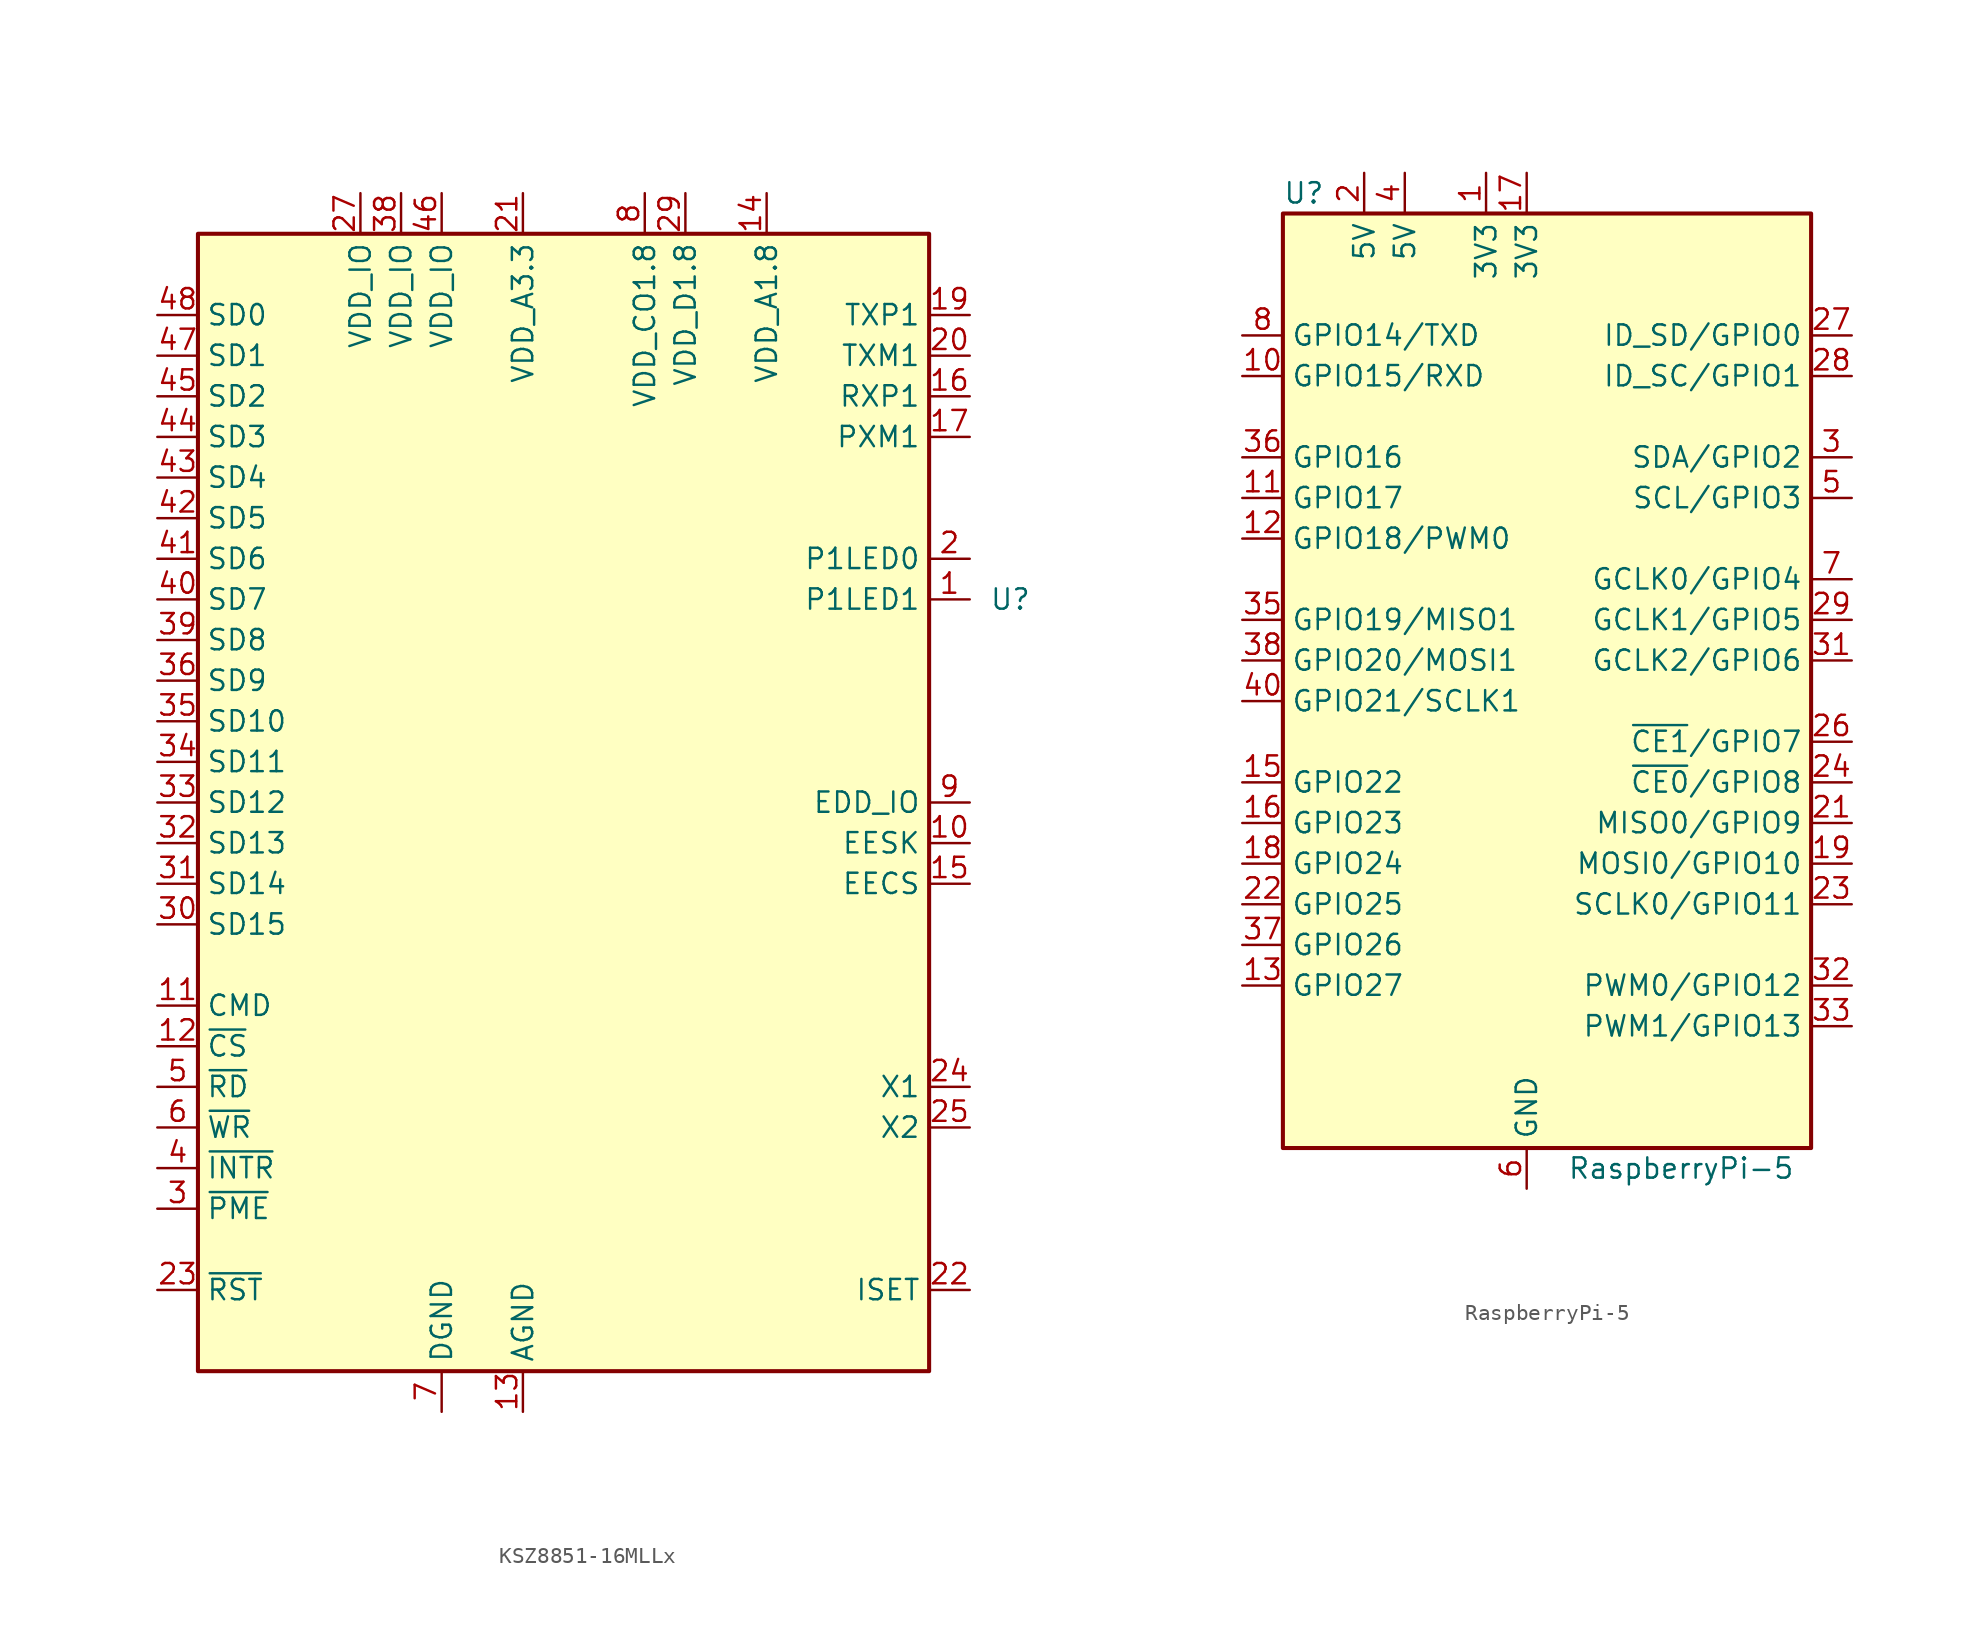
<source format=kicad_sym>
(kicad_symbol_lib
  (version 20231120)
  (generator "kicad_symbol_editor")
  (generator_version "8.0")
  (symbol "KSZ8851-16MLLx"
    (property "Reference" "U"
      (at 27.94 12.7 0)
      (effects (font (size 1.27 1.27))))
    (property "Value" ""
      (at 27.94 12.7 0)
      (effects (font (size 1.27 1.27))))
    (symbol "KSZ8851-16MLLx_1_0"
      (pin output line (at 25.4 12.7 180) (length 2.54) (name "P1LED1" (effects (font (size 1.27 1.27)))) (number "1" (effects (font (size 1.27 1.27)))))
      (pin output line (at 25.4 -2.54 180) (length 2.54) (name "EESK" (effects (font (size 1.27 1.27)))) (number "10" (effects (font (size 1.27 1.27)))))
      (pin input line (at -25.4 -12.7 0) (length 2.54) (name "CMD" (effects (font (size 1.27 1.27)))) (number "11" (effects (font (size 1.27 1.27)))))
      (pin input line (at -25.4 -15.24 0) (length 2.54) (name "~{CS}" (effects (font (size 1.27 1.27)))) (number "12" (effects (font (size 1.27 1.27)))))
      (pin power_in line (at -2.54 -38.1 90) (length 2.54) (name "AGND" (effects (font (size 1.27 1.27)))) (number "13" (effects (font (size 1.27 1.27)))))
      (pin power_in line (at 12.7 38.1 270) (length 2.54) (name "VDD_A1.8" (effects (font (size 1.27 1.27)))) (number "14" (effects (font (size 1.27 1.27)))))
      (pin output line (at 25.4 -5.08 180) (length 2.54) (name "EECS" (effects (font (size 1.27 1.27)))) (number "15" (effects (font (size 1.27 1.27)))))
      (pin bidirectional line (at 25.4 25.4 180) (length 2.54) (name "RXP1" (effects (font (size 1.27 1.27)))) (number "16" (effects (font (size 1.27 1.27)))))
      (pin bidirectional line (at 25.4 22.86 180) (length 2.54) (name "PXM1" (effects (font (size 1.27 1.27)))) (number "17" (effects (font (size 1.27 1.27)))))
      (pin passive line (at -2.54 -38.1 90) (length 2.54) hide (name "AGND" (effects (font (size 1.27 1.27)))) (number "18" (effects (font (size 1.27 1.27)))))
      (pin bidirectional line (at 25.4 30.48 180) (length 2.54) (name "TXP1" (effects (font (size 1.27 1.27)))) (number "19" (effects (font (size 1.27 1.27)))))
      (pin output line (at 25.4 15.24 180) (length 2.54) (name "P1LED0" (effects (font (size 1.27 1.27)))) (number "2" (effects (font (size 1.27 1.27)))))
      (pin bidirectional line (at 25.4 27.94 180) (length 2.54) (name "TXM1" (effects (font (size 1.27 1.27)))) (number "20" (effects (font (size 1.27 1.27)))))
      (pin power_in line (at -2.54 38.1 270) (length 2.54) (name "VDD_A3.3" (effects (font (size 1.27 1.27)))) (number "21" (effects (font (size 1.27 1.27)))))
      (pin output line (at 25.4 -30.48 180) (length 2.54) (name "ISET" (effects (font (size 1.27 1.27)))) (number "22" (effects (font (size 1.27 1.27)))))
      (pin input line (at -25.4 -30.48 0) (length 2.54) (name "~{RST}" (effects (font (size 1.27 1.27)))) (number "23" (effects (font (size 1.27 1.27)))))
      (pin input line (at 25.4 -17.78 180) (length 2.54) (name "X1" (effects (font (size 1.27 1.27)))) (number "24" (effects (font (size 1.27 1.27)))))
      (pin output line (at 25.4 -20.32 180) (length 2.54) (name "X2" (effects (font (size 1.27 1.27)))) (number "25" (effects (font (size 1.27 1.27)))))
      (pin passive line (at -7.62 -38.1 90) (length 2.54) hide (name "DGND" (effects (font (size 1.27 1.27)))) (number "26" (effects (font (size 1.27 1.27)))))
      (pin power_in line (at -12.7 38.1 270) (length 2.54) (name "VDD_IO" (effects (font (size 1.27 1.27)))) (number "27" (effects (font (size 1.27 1.27)))))
      (pin passive line (at -7.62 -38.1 90) (length 2.54) hide (name "DGND" (effects (font (size 1.27 1.27)))) (number "28" (effects (font (size 1.27 1.27)))))
      (pin power_in line (at 7.62 38.1 270) (length 2.54) (name "VDD_D1.8" (effects (font (size 1.27 1.27)))) (number "29" (effects (font (size 1.27 1.27)))))
      (pin output line (at -25.4 -25.4 0) (length 2.54) (name "~{PME}" (effects (font (size 1.27 1.27)))) (number "3" (effects (font (size 1.27 1.27)))))
      (pin bidirectional line (at -25.4 -7.62 0) (length 2.54) (name "SD15" (effects (font (size 1.27 1.27)))) (number "30" (effects (font (size 1.27 1.27)))))
      (pin bidirectional line (at -25.4 -5.08 0) (length 2.54) (name "SD14" (effects (font (size 1.27 1.27)))) (number "31" (effects (font (size 1.27 1.27)))))
      (pin bidirectional line (at -25.4 -2.54 0) (length 2.54) (name "SD13" (effects (font (size 1.27 1.27)))) (number "32" (effects (font (size 1.27 1.27)))))
      (pin bidirectional line (at -25.4 0 0) (length 2.54) (name "SD12" (effects (font (size 1.27 1.27)))) (number "33" (effects (font (size 1.27 1.27)))))
      (pin bidirectional line (at -25.4 2.54 0) (length 2.54) (name "SD11" (effects (font (size 1.27 1.27)))) (number "34" (effects (font (size 1.27 1.27)))))
      (pin bidirectional line (at -25.4 5.08 0) (length 2.54) (name "SD10" (effects (font (size 1.27 1.27)))) (number "35" (effects (font (size 1.27 1.27)))))
      (pin bidirectional line (at -25.4 7.62 0) (length 2.54) (name "SD9" (effects (font (size 1.27 1.27)))) (number "36" (effects (font (size 1.27 1.27)))))
      (pin passive line (at -7.62 -38.1 90) (length 2.54) hide (name "DGND" (effects (font (size 1.27 1.27)))) (number "37" (effects (font (size 1.27 1.27)))))
      (pin power_in line (at -10.16 38.1 270) (length 2.54) (name "VDD_IO" (effects (font (size 1.27 1.27)))) (number "38" (effects (font (size 1.27 1.27)))))
      (pin bidirectional line (at -25.4 10.16 0) (length 2.54) (name "SD8" (effects (font (size 1.27 1.27)))) (number "39" (effects (font (size 1.27 1.27)))))
      (pin output line (at -25.4 -22.86 0) (length 2.54) (name "~{INTR}" (effects (font (size 1.27 1.27)))) (number "4" (effects (font (size 1.27 1.27)))))
      (pin bidirectional line (at -25.4 12.7 0) (length 2.54) (name "SD7" (effects (font (size 1.27 1.27)))) (number "40" (effects (font (size 1.27 1.27)))))
      (pin bidirectional line (at -25.4 15.24 0) (length 2.54) (name "SD6" (effects (font (size 1.27 1.27)))) (number "41" (effects (font (size 1.27 1.27)))))
      (pin bidirectional line (at -25.4 17.78 0) (length 2.54) (name "SD5" (effects (font (size 1.27 1.27)))) (number "42" (effects (font (size 1.27 1.27)))))
      (pin bidirectional line (at -25.4 20.32 0) (length 2.54) (name "SD4" (effects (font (size 1.27 1.27)))) (number "43" (effects (font (size 1.27 1.27)))))
      (pin bidirectional line (at -25.4 22.86 0) (length 2.54) (name "SD3" (effects (font (size 1.27 1.27)))) (number "44" (effects (font (size 1.27 1.27)))))
      (pin bidirectional line (at -25.4 25.4 0) (length 2.54) (name "SD2" (effects (font (size 1.27 1.27)))) (number "45" (effects (font (size 1.27 1.27)))))
      (pin power_in line (at -7.62 38.1 270) (length 2.54) (name "VDD_IO" (effects (font (size 1.27 1.27)))) (number "46" (effects (font (size 1.27 1.27)))))
      (pin bidirectional line (at -25.4 27.94 0) (length 2.54) (name "SD1" (effects (font (size 1.27 1.27)))) (number "47" (effects (font (size 1.27 1.27)))))
      (pin bidirectional line (at -25.4 30.48 0) (length 2.54) (name "SD0" (effects (font (size 1.27 1.27)))) (number "48" (effects (font (size 1.27 1.27)))))
      (pin input line (at -25.4 -17.78 0) (length 2.54) (name "~{RD}" (effects (font (size 1.27 1.27)))) (number "5" (effects (font (size 1.27 1.27)))))
      (pin input line (at -25.4 -20.32 0) (length 2.54) (name "~{WR}" (effects (font (size 1.27 1.27)))) (number "6" (effects (font (size 1.27 1.27)))))
      (pin power_in line (at -7.62 -38.1 90) (length 2.54) (name "DGND" (effects (font (size 1.27 1.27)))) (number "7" (effects (font (size 1.27 1.27)))))
      (pin power_out line (at 5.08 38.1 270) (length 2.54) (name "VDD_CO1.8" (effects (font (size 1.27 1.27)))) (number "8" (effects (font (size 1.27 1.27)))))
      (pin bidirectional line (at 25.4 0 180) (length 2.54) (name "EDD_IO" (effects (font (size 1.27 1.27)))) (number "9" (effects (font (size 1.27 1.27))))))
    (symbol "KSZ8851-16MLLx_1_1"
      (rectangle (start -22.86 35.56) (end 22.86 -35.56) (stroke (width 0.254) (type default)) (fill (type background)))))
  (symbol "RaspberryPi-5"
    (property "Reference" "U"
      (at -15.24 31.75 0)
      (effects (font (size 1.27 1.27)) (justify left)))
    (property "Value" "RaspberryPi-5"
      (at 2.54 -29.21 0)
      (effects (font (size 1.27 1.27)) (justify left)))
    (symbol "RaspberryPi-5_0_1"
      (rectangle (start -15.24 30.48) (end 17.78 -27.94) (stroke (width 0.254) (type solid)) (fill (type background))))
    (symbol "RaspberryPi-5_1_1"
      (pin power_in line (at -2.54 33.02 270) (length 2.54) (name "3V3" (effects (font (size 1.27 1.27)))) (number "1" (effects (font (size 1.27 1.27)))))
      (pin bidirectional line (at -17.78 20.32 0) (length 2.54) (name "GPIO15/RXD" (effects (font (size 1.27 1.27)))) (number "10" (effects (font (size 1.27 1.27)))))
      (pin bidirectional line (at -17.78 12.7 0) (length 2.54) (name "GPIO17" (effects (font (size 1.27 1.27)))) (number "11" (effects (font (size 1.27 1.27)))))
      (pin bidirectional line (at -17.78 10.16 0) (length 2.54) (name "GPIO18/PWM0" (effects (font (size 1.27 1.27)))) (number "12" (effects (font (size 1.27 1.27)))))
      (pin bidirectional line (at -17.78 -17.78 0) (length 2.54) (name "GPIO27" (effects (font (size 1.27 1.27)))) (number "13" (effects (font (size 1.27 1.27)))))
      (pin passive line (at 0 -30.48 90) (length 2.54) hide (name "GND" (effects (font (size 1.27 1.27)))) (number "14" (effects (font (size 1.27 1.27)))))
      (pin bidirectional line (at -17.78 -5.08 0) (length 2.54) (name "GPIO22" (effects (font (size 1.27 1.27)))) (number "15" (effects (font (size 1.27 1.27)))))
      (pin bidirectional line (at -17.78 -7.62 0) (length 2.54) (name "GPIO23" (effects (font (size 1.27 1.27)))) (number "16" (effects (font (size 1.27 1.27)))))
      (pin power_in line (at 0 33.02 270) (length 2.54) (name "3V3" (effects (font (size 1.27 1.27)))) (number "17" (effects (font (size 1.27 1.27)))))
      (pin bidirectional line (at -17.78 -10.16 0) (length 2.54) (name "GPIO24" (effects (font (size 1.27 1.27)))) (number "18" (effects (font (size 1.27 1.27)))))
      (pin bidirectional line (at 20.32 -10.16 180) (length 2.54) (name "MOSI0/GPIO10" (effects (font (size 1.27 1.27)))) (number "19" (effects (font (size 1.27 1.27)))))
      (pin power_in line (at -10.16 33.02 270) (length 2.54) (name "5V" (effects (font (size 1.27 1.27)))) (number "2" (effects (font (size 1.27 1.27)))))
      (pin passive line (at 0 -30.48 90) (length 2.54) hide (name "GND" (effects (font (size 1.27 1.27)))) (number "20" (effects (font (size 1.27 1.27)))))
      (pin bidirectional line (at 20.32 -7.62 180) (length 2.54) (name "MISO0/GPIO9" (effects (font (size 1.27 1.27)))) (number "21" (effects (font (size 1.27 1.27)))))
      (pin bidirectional line (at -17.78 -12.7 0) (length 2.54) (name "GPIO25" (effects (font (size 1.27 1.27)))) (number "22" (effects (font (size 1.27 1.27)))))
      (pin bidirectional line (at 20.32 -12.7 180) (length 2.54) (name "SCLK0/GPIO11" (effects (font (size 1.27 1.27)))) (number "23" (effects (font (size 1.27 1.27)))))
      (pin bidirectional line (at 20.32 -5.08 180) (length 2.54) (name "~{CE0}/GPIO8" (effects (font (size 1.27 1.27)))) (number "24" (effects (font (size 1.27 1.27)))))
      (pin passive line (at 0 -30.48 90) (length 2.54) hide (name "GND" (effects (font (size 1.27 1.27)))) (number "25" (effects (font (size 1.27 1.27)))))
      (pin bidirectional line (at 20.32 -2.54 180) (length 2.54) (name "~{CE1}/GPIO7" (effects (font (size 1.27 1.27)))) (number "26" (effects (font (size 1.27 1.27)))))
      (pin bidirectional line (at 20.32 22.86 180) (length 2.54) (name "ID_SD/GPIO0" (effects (font (size 1.27 1.27)))) (number "27" (effects (font (size 1.27 1.27)))))
      (pin bidirectional line (at 20.32 20.32 180) (length 2.54) (name "ID_SC/GPIO1" (effects (font (size 1.27 1.27)))) (number "28" (effects (font (size 1.27 1.27)))))
      (pin bidirectional line (at 20.32 5.08 180) (length 2.54) (name "GCLK1/GPIO5" (effects (font (size 1.27 1.27)))) (number "29" (effects (font (size 1.27 1.27)))))
      (pin bidirectional line (at 20.32 15.24 180) (length 2.54) (name "SDA/GPIO2" (effects (font (size 1.27 1.27)))) (number "3" (effects (font (size 1.27 1.27)))))
      (pin passive line (at 0 -30.48 90) (length 2.54) hide (name "GND" (effects (font (size 1.27 1.27)))) (number "30" (effects (font (size 1.27 1.27)))))
      (pin bidirectional line (at 20.32 2.54 180) (length 2.54) (name "GCLK2/GPIO6" (effects (font (size 1.27 1.27)))) (number "31" (effects (font (size 1.27 1.27)))))
      (pin bidirectional line (at 20.32 -17.78 180) (length 2.54) (name "PWM0/GPIO12" (effects (font (size 1.27 1.27)))) (number "32" (effects (font (size 1.27 1.27)))))
      (pin bidirectional line (at 20.32 -20.32 180) (length 2.54) (name "PWM1/GPIO13" (effects (font (size 1.27 1.27)))) (number "33" (effects (font (size 1.27 1.27)))))
      (pin passive line (at 0 -30.48 90) (length 2.54) hide (name "GND" (effects (font (size 1.27 1.27)))) (number "34" (effects (font (size 1.27 1.27)))))
      (pin bidirectional line (at -17.78 5.08 0) (length 2.54) (name "GPIO19/MISO1" (effects (font (size 1.27 1.27)))) (number "35" (effects (font (size 1.27 1.27)))))
      (pin bidirectional line (at -17.78 15.24 0) (length 2.54) (name "GPIO16" (effects (font (size 1.27 1.27)))) (number "36" (effects (font (size 1.27 1.27)))))
      (pin bidirectional line (at -17.78 -15.24 0) (length 2.54) (name "GPIO26" (effects (font (size 1.27 1.27)))) (number "37" (effects (font (size 1.27 1.27)))))
      (pin bidirectional line (at -17.78 2.54 0) (length 2.54) (name "GPIO20/MOSI1" (effects (font (size 1.27 1.27)))) (number "38" (effects (font (size 1.27 1.27)))))
      (pin passive line (at 0 -30.48 90) (length 2.54) hide (name "GND" (effects (font (size 1.27 1.27)))) (number "39" (effects (font (size 1.27 1.27)))))
      (pin power_in line (at -7.62 33.02 270) (length 2.54) (name "5V" (effects (font (size 1.27 1.27)))) (number "4" (effects (font (size 1.27 1.27)))))
      (pin bidirectional line (at -17.78 0 0) (length 2.54) (name "GPIO21/SCLK1" (effects (font (size 1.27 1.27)))) (number "40" (effects (font (size 1.27 1.27)))))
      (pin bidirectional line (at 20.32 12.7 180) (length 2.54) (name "SCL/GPIO3" (effects (font (size 1.27 1.27)))) (number "5" (effects (font (size 1.27 1.27)))))
      (pin power_in line (at 0 -30.48 90) (length 2.54) (name "GND" (effects (font (size 1.27 1.27)))) (number "6" (effects (font (size 1.27 1.27)))))
      (pin bidirectional line (at 20.32 7.62 180) (length 2.54) (name "GCLK0/GPIO4" (effects (font (size 1.27 1.27)))) (number "7" (effects (font (size 1.27 1.27)))))
      (pin bidirectional line (at -17.78 22.86 0) (length 2.54) (name "GPIO14/TXD" (effects (font (size 1.27 1.27)))) (number "8" (effects (font (size 1.27 1.27)))))
      (pin passive line (at 0 -30.48 90) (length 2.54) hide (name "GND" (effects (font (size 1.27 1.27)))) (number "9" (effects (font (size 1.27 1.27))))))))
</source>
